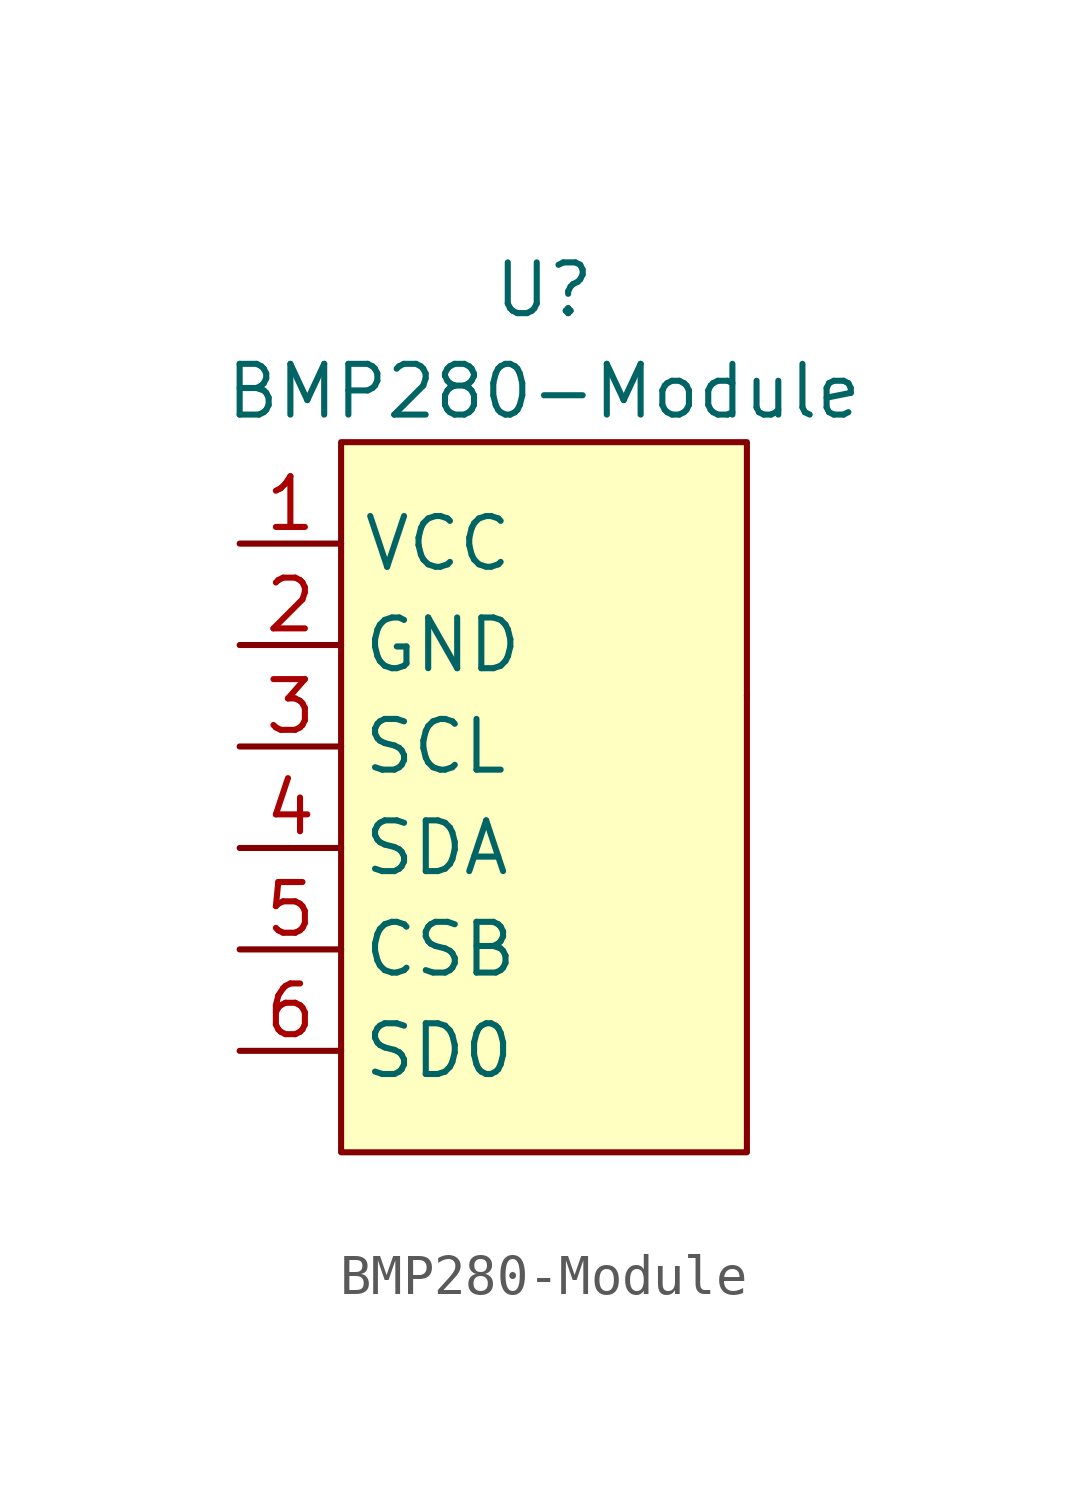
<source format=kicad_sym>
(kicad_symbol_lib
  (version 20220914)
  (generator kicad_symbol_editor)
  (symbol "BMP280-Module"
    (property "Reference" "U"
      (at 0 0 0)
      (effects (font (size 1.27 1.27))))
    (property "Value" "BMP280-Module"
      (at 0 -2.54 0)
      (effects (font (size 1.27 1.27))))
    (symbol "BMP280-Module_0_1"
      (rectangle (start 5.08 -10.16) (end 5.08 -10.16) (stroke (width 0) (type default)) (fill (type none))))
    (symbol "BMP280-Module_1_1"
      (rectangle (start -5.08 -3.81) (end 5.08 -21.59) (stroke (width 0) (type default)) (fill (type background)))
      (pin power_in line (at -7.62 -6.35 0) (length 2.54) (name "VCC" (effects (font (size 1.27 1.27)))) (number "1" (effects (font (size 1.27 1.27)))))
      (pin passive line (at -7.62 -8.89 0) (length 2.54) (name "GND" (effects (font (size 1.27 1.27)))) (number "2" (effects (font (size 1.27 1.27)))))
      (pin bidirectional line (at -7.62 -11.43 0) (length 2.54) (name "SCL" (effects (font (size 1.27 1.27)))) (number "3" (effects (font (size 1.27 1.27)))))
      (pin bidirectional line (at -7.62 -13.97 0) (length 2.54) (name "SDA" (effects (font (size 1.27 1.27)))) (number "4" (effects (font (size 1.27 1.27)))))
      (pin bidirectional line (at -7.62 -16.51 0) (length 2.54) (name "CSB" (effects (font (size 1.27 1.27)))) (number "5" (effects (font (size 1.27 1.27)))))
      (pin bidirectional line (at -7.62 -19.05 0) (length 2.54) (name "SD0" (effects (font (size 1.27 1.27)))) (number "6" (effects (font (size 1.27 1.27))))))))
</source>
